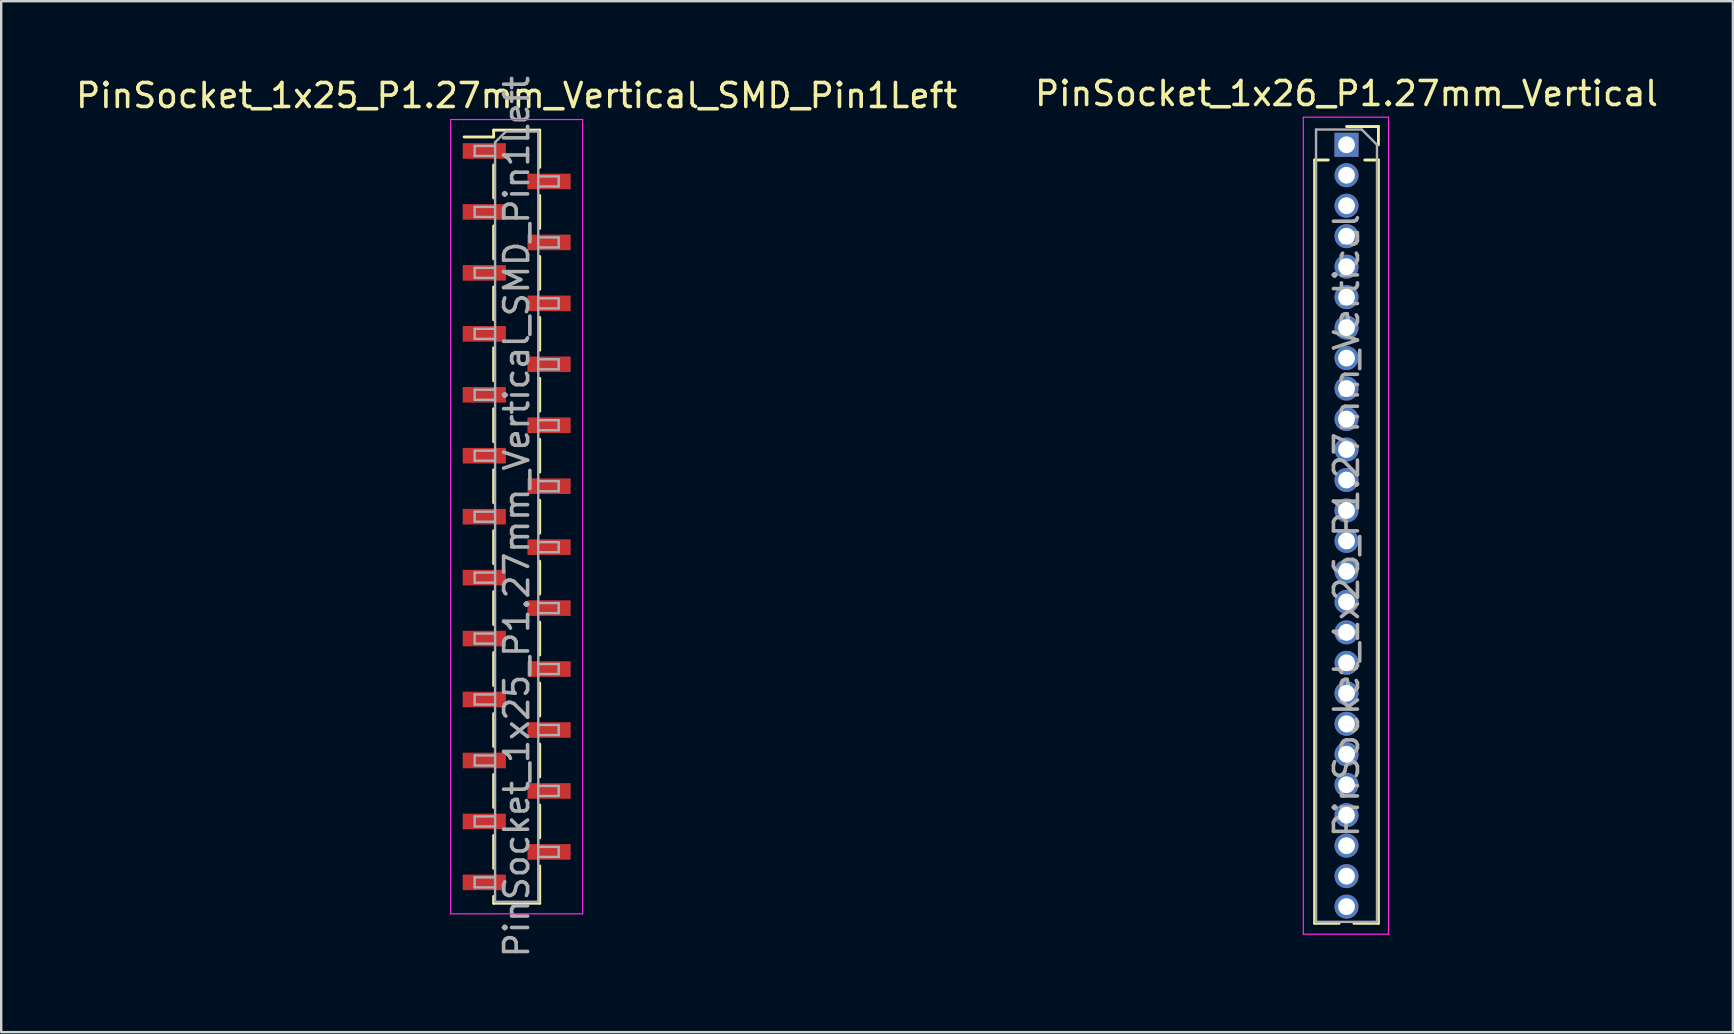
<source format=kicad_pcb>
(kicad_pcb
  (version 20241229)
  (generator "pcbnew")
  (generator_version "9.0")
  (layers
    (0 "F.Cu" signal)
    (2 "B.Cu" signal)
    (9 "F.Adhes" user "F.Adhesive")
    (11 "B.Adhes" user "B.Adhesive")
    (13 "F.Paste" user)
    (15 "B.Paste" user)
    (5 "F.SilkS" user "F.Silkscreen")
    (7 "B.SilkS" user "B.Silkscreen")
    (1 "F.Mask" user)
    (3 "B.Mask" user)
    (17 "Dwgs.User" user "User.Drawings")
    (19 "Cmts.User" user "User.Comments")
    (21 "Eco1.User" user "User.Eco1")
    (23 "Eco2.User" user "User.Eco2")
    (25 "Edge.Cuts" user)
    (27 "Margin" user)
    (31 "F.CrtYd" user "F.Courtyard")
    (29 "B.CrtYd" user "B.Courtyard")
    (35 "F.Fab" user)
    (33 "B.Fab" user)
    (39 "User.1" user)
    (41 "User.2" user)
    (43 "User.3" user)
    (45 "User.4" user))
  (footprint "PinSocket_1x25_P1.27mm_Vertical_SMD_Pin1Left"
    (layer "F.Cu")
    (at 18.482 18.482)
    (property "Reference" "PinSocket_1x25_P1.27mm_Vertical_SMD_Pin1Left" (at 0 -17.55 0) (layer "F.SilkS") (effects (font (size 1 1) (thickness 0.15))))
    (attr smd)
    (fp_line (start -2.19 -15.825) (end -0.96 -15.825) (stroke (width 0.12) (type solid)) (layer "F.SilkS"))
    (fp_line (start -0.96 -16.11) (end -0.96 -15.825) (stroke (width 0.12) (type solid)) (layer "F.SilkS"))
    (fp_line (start -0.96 -16.11) (end 0.96 -16.11) (stroke (width 0.12) (type solid)) (layer "F.SilkS"))
    (fp_line (start -0.96 -14.655) (end -0.96 -13.285) (stroke (width 0.12) (type solid)) (layer "F.SilkS"))
    (fp_line (start -0.96 -12.115) (end -0.96 -10.745) (stroke (width 0.12) (type solid)) (layer "F.SilkS"))
    (fp_line (start -0.96 -9.575) (end -0.96 -8.205) (stroke (width 0.12) (type solid)) (layer "F.SilkS"))
    (fp_line (start -0.96 -7.035) (end -0.96 -5.665) (stroke (width 0.12) (type solid)) (layer "F.SilkS"))
    (fp_line (start -0.96 -4.495) (end -0.96 -3.125) (stroke (width 0.12) (type solid)) (layer "F.SilkS"))
    (fp_line (start -0.96 -1.955) (end -0.96 -0.585) (stroke (width 0.12) (type solid)) (layer "F.SilkS"))
    (fp_line (start -0.96 0.585) (end -0.96 1.955) (stroke (width 0.12) (type solid)) (layer "F.SilkS"))
    (fp_line (start -0.96 3.125) (end -0.96 4.495) (stroke (width 0.12) (type solid)) (layer "F.SilkS"))
    (fp_line (start -0.96 5.665) (end -0.96 7.035) (stroke (width 0.12) (type solid)) (layer "F.SilkS"))
    (fp_line (start -0.96 8.205) (end -0.96 9.575) (stroke (width 0.12) (type solid)) (layer "F.SilkS"))
    (fp_line (start -0.96 10.745) (end -0.96 12.115) (stroke (width 0.12) (type solid)) (layer "F.SilkS"))
    (fp_line (start -0.96 13.285) (end -0.96 14.655) (stroke (width 0.12) (type solid)) (layer "F.SilkS"))
    (fp_line (start -0.96 15.825) (end -0.96 16.11) (stroke (width 0.12) (type solid)) (layer "F.SilkS"))
    (fp_line (start -0.96 16.11) (end 0.96 16.11) (stroke (width 0.12) (type solid)) (layer "F.SilkS"))
    (fp_line (start 0.96 -16.11) (end 0.96 -14.555) (stroke (width 0.12) (type solid)) (layer "F.SilkS"))
    (fp_line (start 0.96 -13.385) (end 0.96 -12.015) (stroke (width 0.12) (type solid)) (layer "F.SilkS"))
    (fp_line (start 0.96 -10.845) (end 0.96 -9.475) (stroke (width 0.12) (type solid)) (layer "F.SilkS"))
    (fp_line (start 0.96 -8.305) (end 0.96 -6.935) (stroke (width 0.12) (type solid)) (layer "F.SilkS"))
    (fp_line (start 0.96 -5.765) (end 0.96 -4.395) (stroke (width 0.12) (type solid)) (layer "F.SilkS"))
    (fp_line (start 0.96 -3.225) (end 0.96 -1.855) (stroke (width 0.12) (type solid)) (layer "F.SilkS"))
    (fp_line (start 0.96 -0.685) (end 0.96 0.685) (stroke (width 0.12) (type solid)) (layer "F.SilkS"))
    (fp_line (start 0.96 1.855) (end 0.96 3.225) (stroke (width 0.12) (type solid)) (layer "F.SilkS"))
    (fp_line (start 0.96 4.395) (end 0.96 5.765) (stroke (width 0.12) (type solid)) (layer "F.SilkS"))
    (fp_line (start 0.96 6.935) (end 0.96 8.305) (stroke (width 0.12) (type solid)) (layer "F.SilkS"))
    (fp_line (start 0.96 9.475) (end 0.96 10.845) (stroke (width 0.12) (type solid)) (layer "F.SilkS"))
    (fp_line (start 0.96 12.015) (end 0.96 13.385) (stroke (width 0.12) (type solid)) (layer "F.SilkS"))
    (fp_line (start 0.96 14.555) (end 0.96 16.11) (stroke (width 0.12) (type solid)) (layer "F.SilkS"))
    (fp_line (start -2.75 -16.55) (end 2.75 -16.55) (stroke (width 0.05) (type solid)) (layer "F.CrtYd"))
    (fp_line (start -2.75 16.55) (end -2.75 -16.55) (stroke (width 0.05) (type solid)) (layer "F.CrtYd"))
    (fp_line (start 2.75 -16.55) (end 2.75 16.55) (stroke (width 0.05) (type solid)) (layer "F.CrtYd"))
    (fp_line (start 2.75 16.55) (end -2.75 16.55) (stroke (width 0.05) (type solid)) (layer "F.CrtYd"))
    (fp_line (start -1.75 -15.45) (end -0.9 -15.45) (stroke (width 0.1) (type solid)) (layer "F.Fab"))
    (fp_line (start -1.75 -15.03) (end -1.75 -15.45) (stroke (width 0.1) (type solid)) (layer "F.Fab"))
    (fp_line (start -1.75 -12.91) (end -0.9 -12.91) (stroke (width 0.1) (type solid)) (layer "F.Fab"))
    (fp_line (start -1.75 -12.49) (end -1.75 -12.91) (stroke (width 0.1) (type solid)) (layer "F.Fab"))
    (fp_line (start -1.75 -10.37) (end -0.9 -10.37) (stroke (width 0.1) (type solid)) (layer "F.Fab"))
    (fp_line (start -1.75 -9.95) (end -1.75 -10.37) (stroke (width 0.1) (type solid)) (layer "F.Fab"))
    (fp_line (start -1.75 -7.83) (end -0.9 -7.83) (stroke (width 0.1) (type solid)) (layer "F.Fab"))
    (fp_line (start -1.75 -7.41) (end -1.75 -7.83) (stroke (width 0.1) (type solid)) (layer "F.Fab"))
    (fp_line (start -1.75 -5.29) (end -0.9 -5.29) (stroke (width 0.1) (type solid)) (layer "F.Fab"))
    (fp_line (start -1.75 -4.87) (end -1.75 -5.29) (stroke (width 0.1) (type solid)) (layer "F.Fab"))
    (fp_line (start -1.75 -2.75) (end -0.9 -2.75) (stroke (width 0.1) (type solid)) (layer "F.Fab"))
    (fp_line (start -1.75 -2.33) (end -1.75 -2.75) (stroke (width 0.1) (type solid)) (layer "F.Fab"))
    (fp_line (start -1.75 -0.21) (end -0.9 -0.21) (stroke (width 0.1) (type solid)) (layer "F.Fab"))
    (fp_line (start -1.75 0.21) (end -1.75 -0.21) (stroke (width 0.1) (type solid)) (layer "F.Fab"))
    (fp_line (start -1.75 2.33) (end -0.9 2.33) (stroke (width 0.1) (type solid)) (layer "F.Fab"))
    (fp_line (start -1.75 2.75) (end -1.75 2.33) (stroke (width 0.1) (type solid)) (layer "F.Fab"))
    (fp_line (start -1.75 4.87) (end -0.9 4.87) (stroke (width 0.1) (type solid)) (layer "F.Fab"))
    (fp_line (start -1.75 5.29) (end -1.75 4.87) (stroke (width 0.1) (type solid)) (layer "F.Fab"))
    (fp_line (start -1.75 7.41) (end -0.9 7.41) (stroke (width 0.1) (type solid)) (layer "F.Fab"))
    (fp_line (start -1.75 7.83) (end -1.75 7.41) (stroke (width 0.1) (type solid)) (layer "F.Fab"))
    (fp_line (start -1.75 9.95) (end -0.9 9.95) (stroke (width 0.1) (type solid)) (layer "F.Fab"))
    (fp_line (start -1.75 10.37) (end -1.75 9.95) (stroke (width 0.1) (type solid)) (layer "F.Fab"))
    (fp_line (start -1.75 12.49) (end -0.9 12.49) (stroke (width 0.1) (type solid)) (layer "F.Fab"))
    (fp_line (start -1.75 12.91) (end -1.75 12.49) (stroke (width 0.1) (type solid)) (layer "F.Fab"))
    (fp_line (start -1.75 15.03) (end -0.9 15.03) (stroke (width 0.1) (type solid)) (layer "F.Fab"))
    (fp_line (start -1.75 15.45) (end -1.75 15.03) (stroke (width 0.1) (type solid)) (layer "F.Fab"))
    (fp_line (start -0.9 -15.6) (end -0.45 -16.05) (stroke (width 0.1) (type solid)) (layer "F.Fab"))
    (fp_line (start -0.9 -15.03) (end -1.75 -15.03) (stroke (width 0.1) (type solid)) (layer "F.Fab"))
    (fp_line (start -0.9 -12.49) (end -1.75 -12.49) (stroke (width 0.1) (type solid)) (layer "F.Fab"))
    (fp_line (start -0.9 -9.95) (end -1.75 -9.95) (stroke (width 0.1) (type solid)) (layer "F.Fab"))
    (fp_line (start -0.9 -7.41) (end -1.75 -7.41) (stroke (width 0.1) (type solid)) (layer "F.Fab"))
    (fp_line (start -0.9 -4.87) (end -1.75 -4.87) (stroke (width 0.1) (type solid)) (layer "F.Fab"))
    (fp_line (start -0.9 -2.33) (end -1.75 -2.33) (stroke (width 0.1) (type solid)) (layer "F.Fab"))
    (fp_line (start -0.9 0.21) (end -1.75 0.21) (stroke (width 0.1) (type solid)) (layer "F.Fab"))
    (fp_line (start -0.9 2.75) (end -1.75 2.75) (stroke (width 0.1) (type solid)) (layer "F.Fab"))
    (fp_line (start -0.9 5.29) (end -1.75 5.29) (stroke (width 0.1) (type solid)) (layer "F.Fab"))
    (fp_line (start -0.9 7.83) (end -1.75 7.83) (stroke (width 0.1) (type solid)) (layer "F.Fab"))
    (fp_line (start -0.9 10.37) (end -1.75 10.37) (stroke (width 0.1) (type solid)) (layer "F.Fab"))
    (fp_line (start -0.9 12.91) (end -1.75 12.91) (stroke (width 0.1) (type solid)) (layer "F.Fab"))
    (fp_line (start -0.9 15.45) (end -1.75 15.45) (stroke (width 0.1) (type solid)) (layer "F.Fab"))
    (fp_line (start -0.9 16.05) (end -0.9 -15.6) (stroke (width 0.1) (type solid)) (layer "F.Fab"))
    (fp_line (start -0.45 -16.05) (end 0.9 -16.05) (stroke (width 0.1) (type solid)) (layer "F.Fab"))
    (fp_line (start 0.9 -16.05) (end 0.9 16.05) (stroke (width 0.1) (type solid)) (layer "F.Fab"))
    (fp_line (start 0.9 -14.18) (end 1.75 -14.18) (stroke (width 0.1) (type solid)) (layer "F.Fab"))
    (fp_line (start 0.9 -11.64) (end 1.75 -11.64) (stroke (width 0.1) (type solid)) (layer "F.Fab"))
    (fp_line (start 0.9 -9.1) (end 1.75 -9.1) (stroke (width 0.1) (type solid)) (layer "F.Fab"))
    (fp_line (start 0.9 -6.56) (end 1.75 -6.56) (stroke (width 0.1) (type solid)) (layer "F.Fab"))
    (fp_line (start 0.9 -4.02) (end 1.75 -4.02) (stroke (width 0.1) (type solid)) (layer "F.Fab"))
    (fp_line (start 0.9 -1.48) (end 1.75 -1.48) (stroke (width 0.1) (type solid)) (layer "F.Fab"))
    (fp_line (start 0.9 1.06) (end 1.75 1.06) (stroke (width 0.1) (type solid)) (layer "F.Fab"))
    (fp_line (start 0.9 3.6) (end 1.75 3.6) (stroke (width 0.1) (type solid)) (layer "F.Fab"))
    (fp_line (start 0.9 6.14) (end 1.75 6.14) (stroke (width 0.1) (type solid)) (layer "F.Fab"))
    (fp_line (start 0.9 8.68) (end 1.75 8.68) (stroke (width 0.1) (type solid)) (layer "F.Fab"))
    (fp_line (start 0.9 11.22) (end 1.75 11.22) (stroke (width 0.1) (type solid)) (layer "F.Fab"))
    (fp_line (start 0.9 13.76) (end 1.75 13.76) (stroke (width 0.1) (type solid)) (layer "F.Fab"))
    (fp_line (start 0.9 16.05) (end -0.9 16.05) (stroke (width 0.1) (type solid)) (layer "F.Fab"))
    (fp_line (start 1.75 -14.18) (end 1.75 -13.76) (stroke (width 0.1) (type solid)) (layer "F.Fab"))
    (fp_line (start 1.75 -13.76) (end 0.9 -13.76) (stroke (width 0.1) (type solid)) (layer "F.Fab"))
    (fp_line (start 1.75 -11.64) (end 1.75 -11.22) (stroke (width 0.1) (type solid)) (layer "F.Fab"))
    (fp_line (start 1.75 -11.22) (end 0.9 -11.22) (stroke (width 0.1) (type solid)) (layer "F.Fab"))
    (fp_line (start 1.75 -9.1) (end 1.75 -8.68) (stroke (width 0.1) (type solid)) (layer "F.Fab"))
    (fp_line (start 1.75 -8.68) (end 0.9 -8.68) (stroke (width 0.1) (type solid)) (layer "F.Fab"))
    (fp_line (start 1.75 -6.56) (end 1.75 -6.14) (stroke (width 0.1) (type solid)) (layer "F.Fab"))
    (fp_line (start 1.75 -6.14) (end 0.9 -6.14) (stroke (width 0.1) (type solid)) (layer "F.Fab"))
    (fp_line (start 1.75 -4.02) (end 1.75 -3.6) (stroke (width 0.1) (type solid)) (layer "F.Fab"))
    (fp_line (start 1.75 -3.6) (end 0.9 -3.6) (stroke (width 0.1) (type solid)) (layer "F.Fab"))
    (fp_line (start 1.75 -1.48) (end 1.75 -1.06) (stroke (width 0.1) (type solid)) (layer "F.Fab"))
    (fp_line (start 1.75 -1.06) (end 0.9 -1.06) (stroke (width 0.1) (type solid)) (layer "F.Fab"))
    (fp_line (start 1.75 1.06) (end 1.75 1.48) (stroke (width 0.1) (type solid)) (layer "F.Fab"))
    (fp_line (start 1.75 1.48) (end 0.9 1.48) (stroke (width 0.1) (type solid)) (layer "F.Fab"))
    (fp_line (start 1.75 3.6) (end 1.75 4.02) (stroke (width 0.1) (type solid)) (layer "F.Fab"))
    (fp_line (start 1.75 4.02) (end 0.9 4.02) (stroke (width 0.1) (type solid)) (layer "F.Fab"))
    (fp_line (start 1.75 6.14) (end 1.75 6.56) (stroke (width 0.1) (type solid)) (layer "F.Fab"))
    (fp_line (start 1.75 6.56) (end 0.9 6.56) (stroke (width 0.1) (type solid)) (layer "F.Fab"))
    (fp_line (start 1.75 8.68) (end 1.75 9.1) (stroke (width 0.1) (type solid)) (layer "F.Fab"))
    (fp_line (start 1.75 9.1) (end 0.9 9.1) (stroke (width 0.1) (type solid)) (layer "F.Fab"))
    (fp_line (start 1.75 11.22) (end 1.75 11.64) (stroke (width 0.1) (type solid)) (layer "F.Fab"))
    (fp_line (start 1.75 11.64) (end 0.9 11.64) (stroke (width 0.1) (type solid)) (layer "F.Fab"))
    (fp_line (start 1.75 13.76) (end 1.75 14.18) (stroke (width 0.1) (type solid)) (layer "F.Fab"))
    (fp_line (start 1.75 14.18) (end 0.9 14.18) (stroke (width 0.1) (type solid)) (layer "F.Fab"))
    (fp_text user "${REFERENCE}" (at 0 0 90) (layer "F.Fab") (effects (font (size 1 1) (thickness 0.15))))
    (pad "1" smd rect (at -1.35 -15.24) (size 1.8 0.65) (layers "F.Cu" "F.Mask" "F.Paste"))
    (pad "2" smd rect (at 1.35 -13.97) (size 1.8 0.65) (layers "F.Cu" "F.Mask" "F.Paste"))
    (pad "3" smd rect (at -1.35 -12.7) (size 1.8 0.65) (layers "F.Cu" "F.Mask" "F.Paste"))
    (pad "4" smd rect (at 1.35 -11.43) (size 1.8 0.65) (layers "F.Cu" "F.Mask" "F.Paste"))
    (pad "5" smd rect (at -1.35 -10.16) (size 1.8 0.65) (layers "F.Cu" "F.Mask" "F.Paste"))
    (pad "6" smd rect (at 1.35 -8.89) (size 1.8 0.65) (layers "F.Cu" "F.Mask" "F.Paste"))
    (pad "7" smd rect (at -1.35 -7.62) (size 1.8 0.65) (layers "F.Cu" "F.Mask" "F.Paste"))
    (pad "8" smd rect (at 1.35 -6.35) (size 1.8 0.65) (layers "F.Cu" "F.Mask" "F.Paste"))
    (pad "9" smd rect (at -1.35 -5.08) (size 1.8 0.65) (layers "F.Cu" "F.Mask" "F.Paste"))
    (pad "10" smd rect (at 1.35 -3.81) (size 1.8 0.65) (layers "F.Cu" "F.Mask" "F.Paste"))
    (pad "11" smd rect (at -1.35 -2.54) (size 1.8 0.65) (layers "F.Cu" "F.Mask" "F.Paste"))
    (pad "12" smd rect (at 1.35 -1.27) (size 1.8 0.65) (layers "F.Cu" "F.Mask" "F.Paste"))
    (pad "13" smd rect (at -1.35 0) (size 1.8 0.65) (layers "F.Cu" "F.Mask" "F.Paste"))
    (pad "14" smd rect (at 1.35 1.27) (size 1.8 0.65) (layers "F.Cu" "F.Mask" "F.Paste"))
    (pad "15" smd rect (at -1.35 2.54) (size 1.8 0.65) (layers "F.Cu" "F.Mask" "F.Paste"))
    (pad "16" smd rect (at 1.35 3.81) (size 1.8 0.65) (layers "F.Cu" "F.Mask" "F.Paste"))
    (pad "17" smd rect (at -1.35 5.08) (size 1.8 0.65) (layers "F.Cu" "F.Mask" "F.Paste"))
    (pad "18" smd rect (at 1.35 6.35) (size 1.8 0.65) (layers "F.Cu" "F.Mask" "F.Paste"))
    (pad "19" smd rect (at -1.35 7.62) (size 1.8 0.65) (layers "F.Cu" "F.Mask" "F.Paste"))
    (pad "20" smd rect (at 1.35 8.89) (size 1.8 0.65) (layers "F.Cu" "F.Mask" "F.Paste"))
    (pad "21" smd rect (at -1.35 10.16) (size 1.8 0.65) (layers "F.Cu" "F.Mask" "F.Paste"))
    (pad "22" smd rect (at 1.35 11.43) (size 1.8 0.65) (layers "F.Cu" "F.Mask" "F.Paste"))
    (pad "23" smd rect (at -1.35 12.7) (size 1.8 0.65) (layers "F.Cu" "F.Mask" "F.Paste"))
    (pad "24" smd rect (at 1.35 13.97) (size 1.8 0.65) (layers "F.Cu" "F.Mask" "F.Paste"))
    (pad "25" smd rect (at -1.35 15.24) (size 1.8 0.65) (layers "F.Cu" "F.Mask" "F.Paste")))
  (footprint "PinSocket_1x26_P1.27mm_Vertical"
    (layer "F.Cu")
    (at 53.065 2.983)
    (property "Reference" "PinSocket_1x26_P1.27mm_Vertical" (at 0 -2.135 0) (layer "F.SilkS") (effects (font (size 1 1) (thickness 0.15))))
    (attr through_hole)
    (fp_line (start -1.33 0.635) (end -1.33 32.445) (stroke (width 0.12) (type solid)) (layer "F.SilkS"))
    (fp_line (start -1.33 0.635) (end -0.76 0.635) (stroke (width 0.12) (type solid)) (layer "F.SilkS"))
    (fp_line (start -1.33 32.445) (end -0.308 32.445) (stroke (width 0.12) (type solid)) (layer "F.SilkS"))
    (fp_line (start 0 -0.76) (end 1.33 -0.76) (stroke (width 0.12) (type solid)) (layer "F.SilkS"))
    (fp_line (start 0.308 32.445) (end 1.33 32.445) (stroke (width 0.12) (type solid)) (layer "F.SilkS"))
    (fp_line (start 0.76 0.635) (end 1.33 0.635) (stroke (width 0.12) (type solid)) (layer "F.SilkS"))
    (fp_line (start 1.33 -0.76) (end 1.33 0) (stroke (width 0.12) (type solid)) (layer "F.SilkS"))
    (fp_line (start 1.33 0.635) (end 1.33 32.445) (stroke (width 0.12) (type solid)) (layer "F.SilkS"))
    (fp_line (start -1.8 -1.15) (end 1.75 -1.15) (stroke (width 0.05) (type solid)) (layer "F.CrtYd"))
    (fp_line (start -1.8 32.9) (end -1.8 -1.15) (stroke (width 0.05) (type solid)) (layer "F.CrtYd"))
    (fp_line (start 1.75 -1.15) (end 1.75 32.9) (stroke (width 0.05) (type solid)) (layer "F.CrtYd"))
    (fp_line (start 1.75 32.9) (end -1.8 32.9) (stroke (width 0.05) (type solid)) (layer "F.CrtYd"))
    (fp_line (start -1.27 -0.635) (end 0.635 -0.635) (stroke (width 0.1) (type solid)) (layer "F.Fab"))
    (fp_line (start -1.27 32.385) (end -1.27 -0.635) (stroke (width 0.1) (type solid)) (layer "F.Fab"))
    (fp_line (start 0.635 -0.635) (end 1.27 0) (stroke (width 0.1) (type solid)) (layer "F.Fab"))
    (fp_line (start 1.27 0) (end 1.27 32.385) (stroke (width 0.1) (type solid)) (layer "F.Fab"))
    (fp_line (start 1.27 32.385) (end -1.27 32.385) (stroke (width 0.1) (type solid)) (layer "F.Fab"))
    (fp_text user "${REFERENCE}" (at 0 15.875 90) (layer "F.Fab") (effects (font (size 1 1) (thickness 0.15))))
    (pad "1" thru_hole rect (at 0 0) (size 1 1) (drill 0.7) (layers "*.Cu" "*.Mask"))
    (pad "2" thru_hole oval (at 0 1.27) (size 1 1) (drill 0.7) (layers "*.Cu" "*.Mask"))
    (pad "3" thru_hole oval (at 0 2.54) (size 1 1) (drill 0.7) (layers "*.Cu" "*.Mask"))
    (pad "4" thru_hole oval (at 0 3.81) (size 1 1) (drill 0.7) (layers "*.Cu" "*.Mask"))
    (pad "5" thru_hole oval (at 0 5.08) (size 1 1) (drill 0.7) (layers "*.Cu" "*.Mask"))
    (pad "6" thru_hole oval (at 0 6.35) (size 1 1) (drill 0.7) (layers "*.Cu" "*.Mask"))
    (pad "7" thru_hole oval (at 0 7.62) (size 1 1) (drill 0.7) (layers "*.Cu" "*.Mask"))
    (pad "8" thru_hole oval (at 0 8.89) (size 1 1) (drill 0.7) (layers "*.Cu" "*.Mask"))
    (pad "9" thru_hole oval (at 0 10.16) (size 1 1) (drill 0.7) (layers "*.Cu" "*.Mask"))
    (pad "10" thru_hole oval (at 0 11.43) (size 1 1) (drill 0.7) (layers "*.Cu" "*.Mask"))
    (pad "11" thru_hole oval (at 0 12.7) (size 1 1) (drill 0.7) (layers "*.Cu" "*.Mask"))
    (pad "12" thru_hole oval (at 0 13.97) (size 1 1) (drill 0.7) (layers "*.Cu" "*.Mask"))
    (pad "13" thru_hole oval (at 0 15.24) (size 1 1) (drill 0.7) (layers "*.Cu" "*.Mask"))
    (pad "14" thru_hole oval (at 0 16.51) (size 1 1) (drill 0.7) (layers "*.Cu" "*.Mask"))
    (pad "15" thru_hole oval (at 0 17.78) (size 1 1) (drill 0.7) (layers "*.Cu" "*.Mask"))
    (pad "16" thru_hole oval (at 0 19.05) (size 1 1) (drill 0.7) (layers "*.Cu" "*.Mask"))
    (pad "17" thru_hole oval (at 0 20.32) (size 1 1) (drill 0.7) (layers "*.Cu" "*.Mask"))
    (pad "18" thru_hole oval (at 0 21.59) (size 1 1) (drill 0.7) (layers "*.Cu" "*.Mask"))
    (pad "19" thru_hole oval (at 0 22.86) (size 1 1) (drill 0.7) (layers "*.Cu" "*.Mask"))
    (pad "20" thru_hole oval (at 0 24.13) (size 1 1) (drill 0.7) (layers "*.Cu" "*.Mask"))
    (pad "21" thru_hole oval (at 0 25.4) (size 1 1) (drill 0.7) (layers "*.Cu" "*.Mask"))
    (pad "22" thru_hole oval (at 0 26.67) (size 1 1) (drill 0.7) (layers "*.Cu" "*.Mask"))
    (pad "23" thru_hole oval (at 0 27.94) (size 1 1) (drill 0.7) (layers "*.Cu" "*.Mask"))
    (pad "24" thru_hole oval (at 0 29.21) (size 1 1) (drill 0.7) (layers "*.Cu" "*.Mask"))
    (pad "25" thru_hole oval (at 0 30.48) (size 1 1) (drill 0.7) (layers "*.Cu" "*.Mask"))
    (pad "26" thru_hole oval (at 0 31.75) (size 1 1) (drill 0.7) (layers "*.Cu" "*.Mask")))
  (gr_rect
    (start -3 -3)
    (end 69.167 39.964)
    (stroke (width 0.1) (type default))
    (fill no)
    (layer "Edge.Cuts")))
</source>
